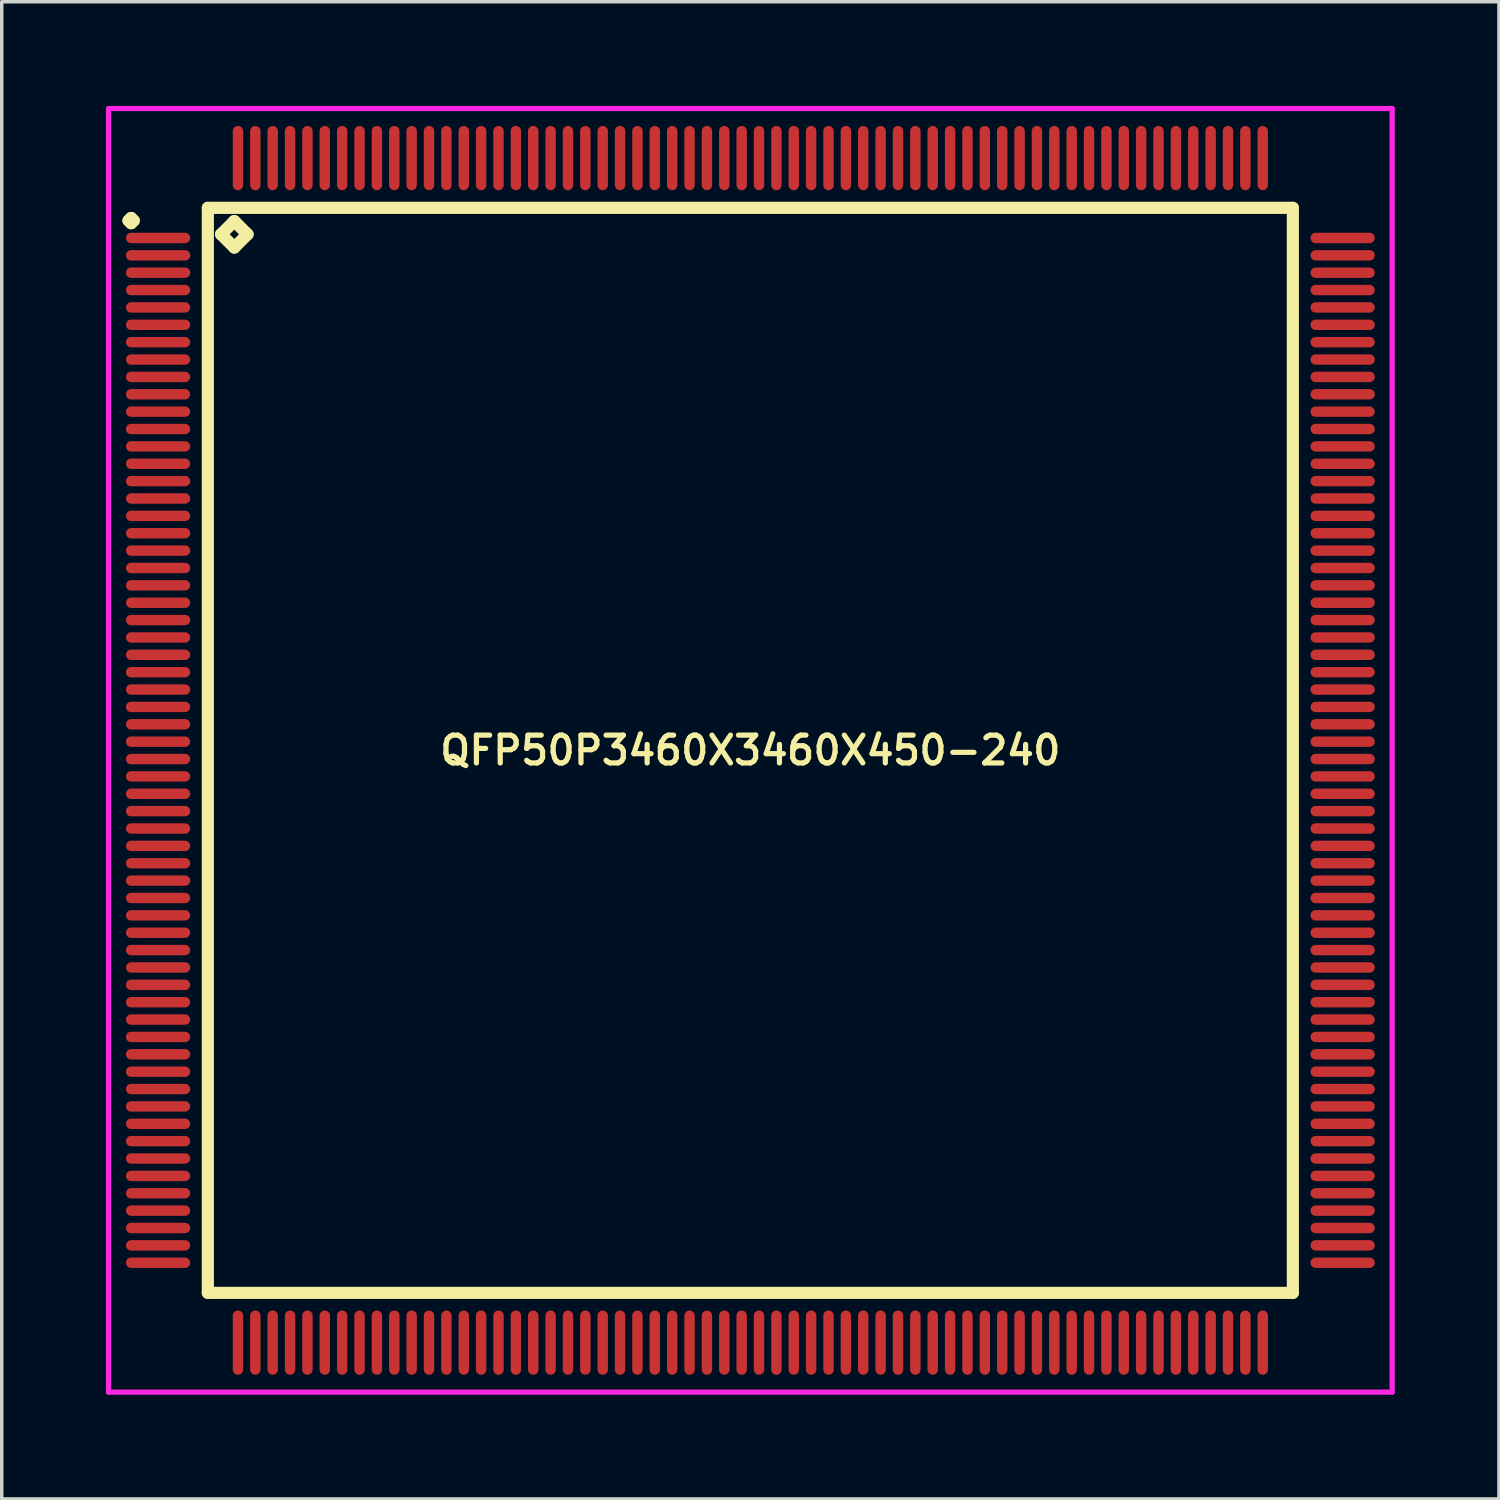
<source format=kicad_pcb>
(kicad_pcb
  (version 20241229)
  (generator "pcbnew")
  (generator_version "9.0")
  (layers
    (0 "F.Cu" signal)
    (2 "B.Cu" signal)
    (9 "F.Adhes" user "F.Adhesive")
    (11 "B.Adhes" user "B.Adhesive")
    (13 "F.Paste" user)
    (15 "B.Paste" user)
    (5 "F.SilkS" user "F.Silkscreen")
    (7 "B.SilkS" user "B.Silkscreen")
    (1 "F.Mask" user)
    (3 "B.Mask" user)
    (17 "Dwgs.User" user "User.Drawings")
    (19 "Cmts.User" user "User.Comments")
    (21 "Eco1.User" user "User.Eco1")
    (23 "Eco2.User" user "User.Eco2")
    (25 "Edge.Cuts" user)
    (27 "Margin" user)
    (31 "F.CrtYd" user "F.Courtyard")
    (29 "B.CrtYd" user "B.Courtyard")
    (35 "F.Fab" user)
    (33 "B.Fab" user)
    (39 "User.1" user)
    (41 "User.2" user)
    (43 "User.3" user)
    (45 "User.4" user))
  (footprint "QFP50P3460X3460X450-240"
    (layer "F.Cu")
    (at 18.55 18.55)
    (property "Reference" "QFP50P3460X3460X450-240" (at 0 0 0) (layer "F.SilkS") (effects (font (size 0.8 0.8) (thickness 0.15))))
    (attr smd)
    (fp_line (start -17.9 -15.25) (end -17.825 -15.325) (stroke (width 0.35) (type solid)) (layer "F.SilkS"))
    (fp_line (start -17.825 -15.325) (end -17.75 -15.25) (stroke (width 0.35) (type solid)) (layer "F.SilkS"))
    (fp_line (start -17.825 -15.175) (end -17.9 -15.25) (stroke (width 0.35) (type solid)) (layer "F.SilkS"))
    (fp_line (start -17.75 -15.25) (end -17.825 -15.175) (stroke (width 0.35) (type solid)) (layer "F.SilkS"))
    (fp_line (start -15.617 -15.617) (end -15.617 15.617) (stroke (width 0.35) (type solid)) (layer "F.SilkS"))
    (fp_line (start -15.617 15.617) (end 15.617 15.617) (stroke (width 0.35) (type solid)) (layer "F.SilkS"))
    (fp_line (start -15.236 -14.855) (end -14.855 -15.236) (stroke (width 0.35) (type solid)) (layer "F.SilkS"))
    (fp_line (start -14.855 -15.236) (end -14.474 -14.855) (stroke (width 0.35) (type solid)) (layer "F.SilkS"))
    (fp_line (start -14.855 -14.474) (end -15.236 -14.855) (stroke (width 0.35) (type solid)) (layer "F.SilkS"))
    (fp_line (start -14.474 -14.855) (end -14.855 -14.474) (stroke (width 0.35) (type solid)) (layer "F.SilkS"))
    (fp_line (start 15.617 -15.617) (end -15.617 -15.617) (stroke (width 0.35) (type solid)) (layer "F.SilkS"))
    (fp_line (start 15.617 15.617) (end 15.617 -15.617) (stroke (width 0.35) (type solid)) (layer "F.SilkS"))
    (fp_line (start -18.475 -18.475) (end 18.475 -18.475) (stroke (width 0.15) (type solid)) (layer "F.CrtYd"))
    (fp_line (start -18.475 18.475) (end -18.475 -18.475) (stroke (width 0.15) (type solid)) (layer "F.CrtYd"))
    (fp_line (start 18.475 -18.475) (end 18.475 18.475) (stroke (width 0.15) (type solid)) (layer "F.CrtYd"))
    (fp_line (start 18.475 18.475) (end -18.475 18.475) (stroke (width 0.15) (type solid)) (layer "F.CrtYd"))
    (pad "1" smd oval (at -17.05 -14.75) (size 1.85 0.3) (layers "F.Cu" "F.Mask" "F.Paste"))
    (pad "2" smd oval (at -17.05 -14.25) (size 1.85 0.3) (layers "F.Cu" "F.Mask" "F.Paste"))
    (pad "3" smd oval (at -17.05 -13.75) (size 1.85 0.3) (layers "F.Cu" "F.Mask" "F.Paste"))
    (pad "4" smd oval (at -17.05 -13.25) (size 1.85 0.3) (layers "F.Cu" "F.Mask" "F.Paste"))
    (pad "5" smd oval (at -17.05 -12.75) (size 1.85 0.3) (layers "F.Cu" "F.Mask" "F.Paste"))
    (pad "6" smd oval (at -17.05 -12.25) (size 1.85 0.3) (layers "F.Cu" "F.Mask" "F.Paste"))
    (pad "7" smd oval (at -17.05 -11.75) (size 1.85 0.3) (layers "F.Cu" "F.Mask" "F.Paste"))
    (pad "8" smd oval (at -17.05 -11.25) (size 1.85 0.3) (layers "F.Cu" "F.Mask" "F.Paste"))
    (pad "9" smd oval (at -17.05 -10.75) (size 1.85 0.3) (layers "F.Cu" "F.Mask" "F.Paste"))
    (pad "10" smd oval (at -17.05 -10.25) (size 1.85 0.3) (layers "F.Cu" "F.Mask" "F.Paste"))
    (pad "11" smd oval (at -17.05 -9.75) (size 1.85 0.3) (layers "F.Cu" "F.Mask" "F.Paste"))
    (pad "12" smd oval (at -17.05 -9.25) (size 1.85 0.3) (layers "F.Cu" "F.Mask" "F.Paste"))
    (pad "13" smd oval (at -17.05 -8.75) (size 1.85 0.3) (layers "F.Cu" "F.Mask" "F.Paste"))
    (pad "14" smd oval (at -17.05 -8.25) (size 1.85 0.3) (layers "F.Cu" "F.Mask" "F.Paste"))
    (pad "15" smd oval (at -17.05 -7.75) (size 1.85 0.3) (layers "F.Cu" "F.Mask" "F.Paste"))
    (pad "16" smd oval (at -17.05 -7.25) (size 1.85 0.3) (layers "F.Cu" "F.Mask" "F.Paste"))
    (pad "17" smd oval (at -17.05 -6.75) (size 1.85 0.3) (layers "F.Cu" "F.Mask" "F.Paste"))
    (pad "18" smd oval (at -17.05 -6.25) (size 1.85 0.3) (layers "F.Cu" "F.Mask" "F.Paste"))
    (pad "19" smd oval (at -17.05 -5.75) (size 1.85 0.3) (layers "F.Cu" "F.Mask" "F.Paste"))
    (pad "20" smd oval (at -17.05 -5.25) (size 1.85 0.3) (layers "F.Cu" "F.Mask" "F.Paste"))
    (pad "21" smd oval (at -17.05 -4.75) (size 1.85 0.3) (layers "F.Cu" "F.Mask" "F.Paste"))
    (pad "22" smd oval (at -17.05 -4.25) (size 1.85 0.3) (layers "F.Cu" "F.Mask" "F.Paste"))
    (pad "23" smd oval (at -17.05 -3.75) (size 1.85 0.3) (layers "F.Cu" "F.Mask" "F.Paste"))
    (pad "24" smd oval (at -17.05 -3.25) (size 1.85 0.3) (layers "F.Cu" "F.Mask" "F.Paste"))
    (pad "25" smd oval (at -17.05 -2.75) (size 1.85 0.3) (layers "F.Cu" "F.Mask" "F.Paste"))
    (pad "26" smd oval (at -17.05 -2.25) (size 1.85 0.3) (layers "F.Cu" "F.Mask" "F.Paste"))
    (pad "27" smd oval (at -17.05 -1.75) (size 1.85 0.3) (layers "F.Cu" "F.Mask" "F.Paste"))
    (pad "28" smd oval (at -17.05 -1.25) (size 1.85 0.3) (layers "F.Cu" "F.Mask" "F.Paste"))
    (pad "29" smd oval (at -17.05 -0.75) (size 1.85 0.3) (layers "F.Cu" "F.Mask" "F.Paste"))
    (pad "30" smd oval (at -17.05 -0.25) (size 1.85 0.3) (layers "F.Cu" "F.Mask" "F.Paste"))
    (pad "31" smd oval (at -17.05 0.25) (size 1.85 0.3) (layers "F.Cu" "F.Mask" "F.Paste"))
    (pad "32" smd oval (at -17.05 0.75) (size 1.85 0.3) (layers "F.Cu" "F.Mask" "F.Paste"))
    (pad "33" smd oval (at -17.05 1.25) (size 1.85 0.3) (layers "F.Cu" "F.Mask" "F.Paste"))
    (pad "34" smd oval (at -17.05 1.75) (size 1.85 0.3) (layers "F.Cu" "F.Mask" "F.Paste"))
    (pad "35" smd oval (at -17.05 2.25) (size 1.85 0.3) (layers "F.Cu" "F.Mask" "F.Paste"))
    (pad "36" smd oval (at -17.05 2.75) (size 1.85 0.3) (layers "F.Cu" "F.Mask" "F.Paste"))
    (pad "37" smd oval (at -17.05 3.25) (size 1.85 0.3) (layers "F.Cu" "F.Mask" "F.Paste"))
    (pad "38" smd oval (at -17.05 3.75) (size 1.85 0.3) (layers "F.Cu" "F.Mask" "F.Paste"))
    (pad "39" smd oval (at -17.05 4.25) (size 1.85 0.3) (layers "F.Cu" "F.Mask" "F.Paste"))
    (pad "40" smd oval (at -17.05 4.75) (size 1.85 0.3) (layers "F.Cu" "F.Mask" "F.Paste"))
    (pad "41" smd oval (at -17.05 5.25) (size 1.85 0.3) (layers "F.Cu" "F.Mask" "F.Paste"))
    (pad "42" smd oval (at -17.05 5.75) (size 1.85 0.3) (layers "F.Cu" "F.Mask" "F.Paste"))
    (pad "43" smd oval (at -17.05 6.25) (size 1.85 0.3) (layers "F.Cu" "F.Mask" "F.Paste"))
    (pad "44" smd oval (at -17.05 6.75) (size 1.85 0.3) (layers "F.Cu" "F.Mask" "F.Paste"))
    (pad "45" smd oval (at -17.05 7.25) (size 1.85 0.3) (layers "F.Cu" "F.Mask" "F.Paste"))
    (pad "46" smd oval (at -17.05 7.75) (size 1.85 0.3) (layers "F.Cu" "F.Mask" "F.Paste"))
    (pad "47" smd oval (at -17.05 8.25) (size 1.85 0.3) (layers "F.Cu" "F.Mask" "F.Paste"))
    (pad "48" smd oval (at -17.05 8.75) (size 1.85 0.3) (layers "F.Cu" "F.Mask" "F.Paste"))
    (pad "49" smd oval (at -17.05 9.25) (size 1.85 0.3) (layers "F.Cu" "F.Mask" "F.Paste"))
    (pad "50" smd oval (at -17.05 9.75) (size 1.85 0.3) (layers "F.Cu" "F.Mask" "F.Paste"))
    (pad "51" smd oval (at -17.05 10.25) (size 1.85 0.3) (layers "F.Cu" "F.Mask" "F.Paste"))
    (pad "52" smd oval (at -17.05 10.75) (size 1.85 0.3) (layers "F.Cu" "F.Mask" "F.Paste"))
    (pad "53" smd oval (at -17.05 11.25) (size 1.85 0.3) (layers "F.Cu" "F.Mask" "F.Paste"))
    (pad "54" smd oval (at -17.05 11.75) (size 1.85 0.3) (layers "F.Cu" "F.Mask" "F.Paste"))
    (pad "55" smd oval (at -17.05 12.25) (size 1.85 0.3) (layers "F.Cu" "F.Mask" "F.Paste"))
    (pad "56" smd oval (at -17.05 12.75) (size 1.85 0.3) (layers "F.Cu" "F.Mask" "F.Paste"))
    (pad "57" smd oval (at -17.05 13.25) (size 1.85 0.3) (layers "F.Cu" "F.Mask" "F.Paste"))
    (pad "58" smd oval (at -17.05 13.75) (size 1.85 0.3) (layers "F.Cu" "F.Mask" "F.Paste"))
    (pad "59" smd oval (at -17.05 14.25) (size 1.85 0.3) (layers "F.Cu" "F.Mask" "F.Paste"))
    (pad "60" smd oval (at -17.05 14.75) (size 1.85 0.3) (layers "F.Cu" "F.Mask" "F.Paste"))
    (pad "61" smd oval (at -14.75 17.05) (size 0.3 1.85) (layers "F.Cu" "F.Mask" "F.Paste"))
    (pad "62" smd oval (at -14.25 17.05) (size 0.3 1.85) (layers "F.Cu" "F.Mask" "F.Paste"))
    (pad "63" smd oval (at -13.75 17.05) (size 0.3 1.85) (layers "F.Cu" "F.Mask" "F.Paste"))
    (pad "64" smd oval (at -13.25 17.05) (size 0.3 1.85) (layers "F.Cu" "F.Mask" "F.Paste"))
    (pad "65" smd oval (at -12.75 17.05) (size 0.3 1.85) (layers "F.Cu" "F.Mask" "F.Paste"))
    (pad "66" smd oval (at -12.25 17.05) (size 0.3 1.85) (layers "F.Cu" "F.Mask" "F.Paste"))
    (pad "67" smd oval (at -11.75 17.05) (size 0.3 1.85) (layers "F.Cu" "F.Mask" "F.Paste"))
    (pad "68" smd oval (at -11.25 17.05) (size 0.3 1.85) (layers "F.Cu" "F.Mask" "F.Paste"))
    (pad "69" smd oval (at -10.75 17.05) (size 0.3 1.85) (layers "F.Cu" "F.Mask" "F.Paste"))
    (pad "70" smd oval (at -10.25 17.05) (size 0.3 1.85) (layers "F.Cu" "F.Mask" "F.Paste"))
    (pad "71" smd oval (at -9.75 17.05) (size 0.3 1.85) (layers "F.Cu" "F.Mask" "F.Paste"))
    (pad "72" smd oval (at -9.25 17.05) (size 0.3 1.85) (layers "F.Cu" "F.Mask" "F.Paste"))
    (pad "73" smd oval (at -8.75 17.05) (size 0.3 1.85) (layers "F.Cu" "F.Mask" "F.Paste"))
    (pad "74" smd oval (at -8.25 17.05) (size 0.3 1.85) (layers "F.Cu" "F.Mask" "F.Paste"))
    (pad "75" smd oval (at -7.75 17.05) (size 0.3 1.85) (layers "F.Cu" "F.Mask" "F.Paste"))
    (pad "76" smd oval (at -7.25 17.05) (size 0.3 1.85) (layers "F.Cu" "F.Mask" "F.Paste"))
    (pad "77" smd oval (at -6.75 17.05) (size 0.3 1.85) (layers "F.Cu" "F.Mask" "F.Paste"))
    (pad "78" smd oval (at -6.25 17.05) (size 0.3 1.85) (layers "F.Cu" "F.Mask" "F.Paste"))
    (pad "79" smd oval (at -5.75 17.05) (size 0.3 1.85) (layers "F.Cu" "F.Mask" "F.Paste"))
    (pad "80" smd oval (at -5.25 17.05) (size 0.3 1.85) (layers "F.Cu" "F.Mask" "F.Paste"))
    (pad "81" smd oval (at -4.75 17.05) (size 0.3 1.85) (layers "F.Cu" "F.Mask" "F.Paste"))
    (pad "82" smd oval (at -4.25 17.05) (size 0.3 1.85) (layers "F.Cu" "F.Mask" "F.Paste"))
    (pad "83" smd oval (at -3.75 17.05) (size 0.3 1.85) (layers "F.Cu" "F.Mask" "F.Paste"))
    (pad "84" smd oval (at -3.25 17.05) (size 0.3 1.85) (layers "F.Cu" "F.Mask" "F.Paste"))
    (pad "85" smd oval (at -2.75 17.05) (size 0.3 1.85) (layers "F.Cu" "F.Mask" "F.Paste"))
    (pad "86" smd oval (at -2.25 17.05) (size 0.3 1.85) (layers "F.Cu" "F.Mask" "F.Paste"))
    (pad "87" smd oval (at -1.75 17.05) (size 0.3 1.85) (layers "F.Cu" "F.Mask" "F.Paste"))
    (pad "88" smd oval (at -1.25 17.05) (size 0.3 1.85) (layers "F.Cu" "F.Mask" "F.Paste"))
    (pad "89" smd oval (at -0.75 17.05) (size 0.3 1.85) (layers "F.Cu" "F.Mask" "F.Paste"))
    (pad "90" smd oval (at -0.25 17.05) (size 0.3 1.85) (layers "F.Cu" "F.Mask" "F.Paste"))
    (pad "91" smd oval (at 0.25 17.05) (size 0.3 1.85) (layers "F.Cu" "F.Mask" "F.Paste"))
    (pad "92" smd oval (at 0.75 17.05) (size 0.3 1.85) (layers "F.Cu" "F.Mask" "F.Paste"))
    (pad "93" smd oval (at 1.25 17.05) (size 0.3 1.85) (layers "F.Cu" "F.Mask" "F.Paste"))
    (pad "94" smd oval (at 1.75 17.05) (size 0.3 1.85) (layers "F.Cu" "F.Mask" "F.Paste"))
    (pad "95" smd oval (at 2.25 17.05) (size 0.3 1.85) (layers "F.Cu" "F.Mask" "F.Paste"))
    (pad "96" smd oval (at 2.75 17.05) (size 0.3 1.85) (layers "F.Cu" "F.Mask" "F.Paste"))
    (pad "97" smd oval (at 3.25 17.05) (size 0.3 1.85) (layers "F.Cu" "F.Mask" "F.Paste"))
    (pad "98" smd oval (at 3.75 17.05) (size 0.3 1.85) (layers "F.Cu" "F.Mask" "F.Paste"))
    (pad "99" smd oval (at 4.25 17.05) (size 0.3 1.85) (layers "F.Cu" "F.Mask" "F.Paste"))
    (pad "100" smd oval (at 4.75 17.05) (size 0.3 1.85) (layers "F.Cu" "F.Mask" "F.Paste"))
    (pad "101" smd oval (at 5.25 17.05) (size 0.3 1.85) (layers "F.Cu" "F.Mask" "F.Paste"))
    (pad "102" smd oval (at 5.75 17.05) (size 0.3 1.85) (layers "F.Cu" "F.Mask" "F.Paste"))
    (pad "103" smd oval (at 6.25 17.05) (size 0.3 1.85) (layers "F.Cu" "F.Mask" "F.Paste"))
    (pad "104" smd oval (at 6.75 17.05) (size 0.3 1.85) (layers "F.Cu" "F.Mask" "F.Paste"))
    (pad "105" smd oval (at 7.25 17.05) (size 0.3 1.85) (layers "F.Cu" "F.Mask" "F.Paste"))
    (pad "106" smd oval (at 7.75 17.05) (size 0.3 1.85) (layers "F.Cu" "F.Mask" "F.Paste"))
    (pad "107" smd oval (at 8.25 17.05) (size 0.3 1.85) (layers "F.Cu" "F.Mask" "F.Paste"))
    (pad "108" smd oval (at 8.75 17.05) (size 0.3 1.85) (layers "F.Cu" "F.Mask" "F.Paste"))
    (pad "109" smd oval (at 9.25 17.05) (size 0.3 1.85) (layers "F.Cu" "F.Mask" "F.Paste"))
    (pad "110" smd oval (at 9.75 17.05) (size 0.3 1.85) (layers "F.Cu" "F.Mask" "F.Paste"))
    (pad "111" smd oval (at 10.25 17.05) (size 0.3 1.85) (layers "F.Cu" "F.Mask" "F.Paste"))
    (pad "112" smd oval (at 10.75 17.05) (size 0.3 1.85) (layers "F.Cu" "F.Mask" "F.Paste"))
    (pad "113" smd oval (at 11.25 17.05) (size 0.3 1.85) (layers "F.Cu" "F.Mask" "F.Paste"))
    (pad "114" smd oval (at 11.75 17.05) (size 0.3 1.85) (layers "F.Cu" "F.Mask" "F.Paste"))
    (pad "115" smd oval (at 12.25 17.05) (size 0.3 1.85) (layers "F.Cu" "F.Mask" "F.Paste"))
    (pad "116" smd oval (at 12.75 17.05) (size 0.3 1.85) (layers "F.Cu" "F.Mask" "F.Paste"))
    (pad "117" smd oval (at 13.25 17.05) (size 0.3 1.85) (layers "F.Cu" "F.Mask" "F.Paste"))
    (pad "118" smd oval (at 13.75 17.05) (size 0.3 1.85) (layers "F.Cu" "F.Mask" "F.Paste"))
    (pad "119" smd oval (at 14.25 17.05) (size 0.3 1.85) (layers "F.Cu" "F.Mask" "F.Paste"))
    (pad "120" smd oval (at 14.75 17.05) (size 0.3 1.85) (layers "F.Cu" "F.Mask" "F.Paste"))
    (pad "121" smd oval (at 17.05 14.75) (size 1.85 0.3) (layers "F.Cu" "F.Mask" "F.Paste"))
    (pad "122" smd oval (at 17.05 14.25) (size 1.85 0.3) (layers "F.Cu" "F.Mask" "F.Paste"))
    (pad "123" smd oval (at 17.05 13.75) (size 1.85 0.3) (layers "F.Cu" "F.Mask" "F.Paste"))
    (pad "124" smd oval (at 17.05 13.25) (size 1.85 0.3) (layers "F.Cu" "F.Mask" "F.Paste"))
    (pad "125" smd oval (at 17.05 12.75) (size 1.85 0.3) (layers "F.Cu" "F.Mask" "F.Paste"))
    (pad "126" smd oval (at 17.05 12.25) (size 1.85 0.3) (layers "F.Cu" "F.Mask" "F.Paste"))
    (pad "127" smd oval (at 17.05 11.75) (size 1.85 0.3) (layers "F.Cu" "F.Mask" "F.Paste"))
    (pad "128" smd oval (at 17.05 11.25) (size 1.85 0.3) (layers "F.Cu" "F.Mask" "F.Paste"))
    (pad "129" smd oval (at 17.05 10.75) (size 1.85 0.3) (layers "F.Cu" "F.Mask" "F.Paste"))
    (pad "130" smd oval (at 17.05 10.25) (size 1.85 0.3) (layers "F.Cu" "F.Mask" "F.Paste"))
    (pad "131" smd oval (at 17.05 9.75) (size 1.85 0.3) (layers "F.Cu" "F.Mask" "F.Paste"))
    (pad "132" smd oval (at 17.05 9.25) (size 1.85 0.3) (layers "F.Cu" "F.Mask" "F.Paste"))
    (pad "133" smd oval (at 17.05 8.75) (size 1.85 0.3) (layers "F.Cu" "F.Mask" "F.Paste"))
    (pad "134" smd oval (at 17.05 8.25) (size 1.85 0.3) (layers "F.Cu" "F.Mask" "F.Paste"))
    (pad "135" smd oval (at 17.05 7.75) (size 1.85 0.3) (layers "F.Cu" "F.Mask" "F.Paste"))
    (pad "136" smd oval (at 17.05 7.25) (size 1.85 0.3) (layers "F.Cu" "F.Mask" "F.Paste"))
    (pad "137" smd oval (at 17.05 6.75) (size 1.85 0.3) (layers "F.Cu" "F.Mask" "F.Paste"))
    (pad "138" smd oval (at 17.05 6.25) (size 1.85 0.3) (layers "F.Cu" "F.Mask" "F.Paste"))
    (pad "139" smd oval (at 17.05 5.75) (size 1.85 0.3) (layers "F.Cu" "F.Mask" "F.Paste"))
    (pad "140" smd oval (at 17.05 5.25) (size 1.85 0.3) (layers "F.Cu" "F.Mask" "F.Paste"))
    (pad "141" smd oval (at 17.05 4.75) (size 1.85 0.3) (layers "F.Cu" "F.Mask" "F.Paste"))
    (pad "142" smd oval (at 17.05 4.25) (size 1.85 0.3) (layers "F.Cu" "F.Mask" "F.Paste"))
    (pad "143" smd oval (at 17.05 3.75) (size 1.85 0.3) (layers "F.Cu" "F.Mask" "F.Paste"))
    (pad "144" smd oval (at 17.05 3.25) (size 1.85 0.3) (layers "F.Cu" "F.Mask" "F.Paste"))
    (pad "145" smd oval (at 17.05 2.75) (size 1.85 0.3) (layers "F.Cu" "F.Mask" "F.Paste"))
    (pad "146" smd oval (at 17.05 2.25) (size 1.85 0.3) (layers "F.Cu" "F.Mask" "F.Paste"))
    (pad "147" smd oval (at 17.05 1.75) (size 1.85 0.3) (layers "F.Cu" "F.Mask" "F.Paste"))
    (pad "148" smd oval (at 17.05 1.25) (size 1.85 0.3) (layers "F.Cu" "F.Mask" "F.Paste"))
    (pad "149" smd oval (at 17.05 0.75) (size 1.85 0.3) (layers "F.Cu" "F.Mask" "F.Paste"))
    (pad "150" smd oval (at 17.05 0.25) (size 1.85 0.3) (layers "F.Cu" "F.Mask" "F.Paste"))
    (pad "151" smd oval (at 17.05 -0.25) (size 1.85 0.3) (layers "F.Cu" "F.Mask" "F.Paste"))
    (pad "152" smd oval (at 17.05 -0.75) (size 1.85 0.3) (layers "F.Cu" "F.Mask" "F.Paste"))
    (pad "153" smd oval (at 17.05 -1.25) (size 1.85 0.3) (layers "F.Cu" "F.Mask" "F.Paste"))
    (pad "154" smd oval (at 17.05 -1.75) (size 1.85 0.3) (layers "F.Cu" "F.Mask" "F.Paste"))
    (pad "155" smd oval (at 17.05 -2.25) (size 1.85 0.3) (layers "F.Cu" "F.Mask" "F.Paste"))
    (pad "156" smd oval (at 17.05 -2.75) (size 1.85 0.3) (layers "F.Cu" "F.Mask" "F.Paste"))
    (pad "157" smd oval (at 17.05 -3.25) (size 1.85 0.3) (layers "F.Cu" "F.Mask" "F.Paste"))
    (pad "158" smd oval (at 17.05 -3.75) (size 1.85 0.3) (layers "F.Cu" "F.Mask" "F.Paste"))
    (pad "159" smd oval (at 17.05 -4.25) (size 1.85 0.3) (layers "F.Cu" "F.Mask" "F.Paste"))
    (pad "160" smd oval (at 17.05 -4.75) (size 1.85 0.3) (layers "F.Cu" "F.Mask" "F.Paste"))
    (pad "161" smd oval (at 17.05 -5.25) (size 1.85 0.3) (layers "F.Cu" "F.Mask" "F.Paste"))
    (pad "162" smd oval (at 17.05 -5.75) (size 1.85 0.3) (layers "F.Cu" "F.Mask" "F.Paste"))
    (pad "163" smd oval (at 17.05 -6.25) (size 1.85 0.3) (layers "F.Cu" "F.Mask" "F.Paste"))
    (pad "164" smd oval (at 17.05 -6.75) (size 1.85 0.3) (layers "F.Cu" "F.Mask" "F.Paste"))
    (pad "165" smd oval (at 17.05 -7.25) (size 1.85 0.3) (layers "F.Cu" "F.Mask" "F.Paste"))
    (pad "166" smd oval (at 17.05 -7.75) (size 1.85 0.3) (layers "F.Cu" "F.Mask" "F.Paste"))
    (pad "167" smd oval (at 17.05 -8.25) (size 1.85 0.3) (layers "F.Cu" "F.Mask" "F.Paste"))
    (pad "168" smd oval (at 17.05 -8.75) (size 1.85 0.3) (layers "F.Cu" "F.Mask" "F.Paste"))
    (pad "169" smd oval (at 17.05 -9.25) (size 1.85 0.3) (layers "F.Cu" "F.Mask" "F.Paste"))
    (pad "170" smd oval (at 17.05 -9.75) (size 1.85 0.3) (layers "F.Cu" "F.Mask" "F.Paste"))
    (pad "171" smd oval (at 17.05 -10.25) (size 1.85 0.3) (layers "F.Cu" "F.Mask" "F.Paste"))
    (pad "172" smd oval (at 17.05 -10.75) (size 1.85 0.3) (layers "F.Cu" "F.Mask" "F.Paste"))
    (pad "173" smd oval (at 17.05 -11.25) (size 1.85 0.3) (layers "F.Cu" "F.Mask" "F.Paste"))
    (pad "174" smd oval (at 17.05 -11.75) (size 1.85 0.3) (layers "F.Cu" "F.Mask" "F.Paste"))
    (pad "175" smd oval (at 17.05 -12.25) (size 1.85 0.3) (layers "F.Cu" "F.Mask" "F.Paste"))
    (pad "176" smd oval (at 17.05 -12.75) (size 1.85 0.3) (layers "F.Cu" "F.Mask" "F.Paste"))
    (pad "177" smd oval (at 17.05 -13.25) (size 1.85 0.3) (layers "F.Cu" "F.Mask" "F.Paste"))
    (pad "178" smd oval (at 17.05 -13.75) (size 1.85 0.3) (layers "F.Cu" "F.Mask" "F.Paste"))
    (pad "179" smd oval (at 17.05 -14.25) (size 1.85 0.3) (layers "F.Cu" "F.Mask" "F.Paste"))
    (pad "180" smd oval (at 17.05 -14.75) (size 1.85 0.3) (layers "F.Cu" "F.Mask" "F.Paste"))
    (pad "181" smd oval (at 14.75 -17.05) (size 0.3 1.85) (layers "F.Cu" "F.Mask" "F.Paste"))
    (pad "182" smd oval (at 14.25 -17.05) (size 0.3 1.85) (layers "F.Cu" "F.Mask" "F.Paste"))
    (pad "183" smd oval (at 13.75 -17.05) (size 0.3 1.85) (layers "F.Cu" "F.Mask" "F.Paste"))
    (pad "184" smd oval (at 13.25 -17.05) (size 0.3 1.85) (layers "F.Cu" "F.Mask" "F.Paste"))
    (pad "185" smd oval (at 12.75 -17.05) (size 0.3 1.85) (layers "F.Cu" "F.Mask" "F.Paste"))
    (pad "186" smd oval (at 12.25 -17.05) (size 0.3 1.85) (layers "F.Cu" "F.Mask" "F.Paste"))
    (pad "187" smd oval (at 11.75 -17.05) (size 0.3 1.85) (layers "F.Cu" "F.Mask" "F.Paste"))
    (pad "188" smd oval (at 11.25 -17.05) (size 0.3 1.85) (layers "F.Cu" "F.Mask" "F.Paste"))
    (pad "189" smd oval (at 10.75 -17.05) (size 0.3 1.85) (layers "F.Cu" "F.Mask" "F.Paste"))
    (pad "190" smd oval (at 10.25 -17.05) (size 0.3 1.85) (layers "F.Cu" "F.Mask" "F.Paste"))
    (pad "191" smd oval (at 9.75 -17.05) (size 0.3 1.85) (layers "F.Cu" "F.Mask" "F.Paste"))
    (pad "192" smd oval (at 9.25 -17.05) (size 0.3 1.85) (layers "F.Cu" "F.Mask" "F.Paste"))
    (pad "193" smd oval (at 8.75 -17.05) (size 0.3 1.85) (layers "F.Cu" "F.Mask" "F.Paste"))
    (pad "194" smd oval (at 8.25 -17.05) (size 0.3 1.85) (layers "F.Cu" "F.Mask" "F.Paste"))
    (pad "195" smd oval (at 7.75 -17.05) (size 0.3 1.85) (layers "F.Cu" "F.Mask" "F.Paste"))
    (pad "196" smd oval (at 7.25 -17.05) (size 0.3 1.85) (layers "F.Cu" "F.Mask" "F.Paste"))
    (pad "197" smd oval (at 6.75 -17.05) (size 0.3 1.85) (layers "F.Cu" "F.Mask" "F.Paste"))
    (pad "198" smd oval (at 6.25 -17.05) (size 0.3 1.85) (layers "F.Cu" "F.Mask" "F.Paste"))
    (pad "199" smd oval (at 5.75 -17.05) (size 0.3 1.85) (layers "F.Cu" "F.Mask" "F.Paste"))
    (pad "200" smd oval (at 5.25 -17.05) (size 0.3 1.85) (layers "F.Cu" "F.Mask" "F.Paste"))
    (pad "201" smd oval (at 4.75 -17.05) (size 0.3 1.85) (layers "F.Cu" "F.Mask" "F.Paste"))
    (pad "202" smd oval (at 4.25 -17.05) (size 0.3 1.85) (layers "F.Cu" "F.Mask" "F.Paste"))
    (pad "203" smd oval (at 3.75 -17.05) (size 0.3 1.85) (layers "F.Cu" "F.Mask" "F.Paste"))
    (pad "204" smd oval (at 3.25 -17.05) (size 0.3 1.85) (layers "F.Cu" "F.Mask" "F.Paste"))
    (pad "205" smd oval (at 2.75 -17.05) (size 0.3 1.85) (layers "F.Cu" "F.Mask" "F.Paste"))
    (pad "206" smd oval (at 2.25 -17.05) (size 0.3 1.85) (layers "F.Cu" "F.Mask" "F.Paste"))
    (pad "207" smd oval (at 1.75 -17.05) (size 0.3 1.85) (layers "F.Cu" "F.Mask" "F.Paste"))
    (pad "208" smd oval (at 1.25 -17.05) (size 0.3 1.85) (layers "F.Cu" "F.Mask" "F.Paste"))
    (pad "209" smd oval (at 0.75 -17.05) (size 0.3 1.85) (layers "F.Cu" "F.Mask" "F.Paste"))
    (pad "210" smd oval (at 0.25 -17.05) (size 0.3 1.85) (layers "F.Cu" "F.Mask" "F.Paste"))
    (pad "211" smd oval (at -0.25 -17.05) (size 0.3 1.85) (layers "F.Cu" "F.Mask" "F.Paste"))
    (pad "212" smd oval (at -0.75 -17.05) (size 0.3 1.85) (layers "F.Cu" "F.Mask" "F.Paste"))
    (pad "213" smd oval (at -1.25 -17.05) (size 0.3 1.85) (layers "F.Cu" "F.Mask" "F.Paste"))
    (pad "214" smd oval (at -1.75 -17.05) (size 0.3 1.85) (layers "F.Cu" "F.Mask" "F.Paste"))
    (pad "215" smd oval (at -2.25 -17.05) (size 0.3 1.85) (layers "F.Cu" "F.Mask" "F.Paste"))
    (pad "216" smd oval (at -2.75 -17.05) (size 0.3 1.85) (layers "F.Cu" "F.Mask" "F.Paste"))
    (pad "217" smd oval (at -3.25 -17.05) (size 0.3 1.85) (layers "F.Cu" "F.Mask" "F.Paste"))
    (pad "218" smd oval (at -3.75 -17.05) (size 0.3 1.85) (layers "F.Cu" "F.Mask" "F.Paste"))
    (pad "219" smd oval (at -4.25 -17.05) (size 0.3 1.85) (layers "F.Cu" "F.Mask" "F.Paste"))
    (pad "220" smd oval (at -4.75 -17.05) (size 0.3 1.85) (layers "F.Cu" "F.Mask" "F.Paste"))
    (pad "221" smd oval (at -5.25 -17.05) (size 0.3 1.85) (layers "F.Cu" "F.Mask" "F.Paste"))
    (pad "222" smd oval (at -5.75 -17.05) (size 0.3 1.85) (layers "F.Cu" "F.Mask" "F.Paste"))
    (pad "223" smd oval (at -6.25 -17.05) (size 0.3 1.85) (layers "F.Cu" "F.Mask" "F.Paste"))
    (pad "224" smd oval (at -6.75 -17.05) (size 0.3 1.85) (layers "F.Cu" "F.Mask" "F.Paste"))
    (pad "225" smd oval (at -7.25 -17.05) (size 0.3 1.85) (layers "F.Cu" "F.Mask" "F.Paste"))
    (pad "226" smd oval (at -7.75 -17.05) (size 0.3 1.85) (layers "F.Cu" "F.Mask" "F.Paste"))
    (pad "227" smd oval (at -8.25 -17.05) (size 0.3 1.85) (layers "F.Cu" "F.Mask" "F.Paste"))
    (pad "228" smd oval (at -8.75 -17.05) (size 0.3 1.85) (layers "F.Cu" "F.Mask" "F.Paste"))
    (pad "229" smd oval (at -9.25 -17.05) (size 0.3 1.85) (layers "F.Cu" "F.Mask" "F.Paste"))
    (pad "230" smd oval (at -9.75 -17.05) (size 0.3 1.85) (layers "F.Cu" "F.Mask" "F.Paste"))
    (pad "231" smd oval (at -10.25 -17.05) (size 0.3 1.85) (layers "F.Cu" "F.Mask" "F.Paste"))
    (pad "232" smd oval (at -10.75 -17.05) (size 0.3 1.85) (layers "F.Cu" "F.Mask" "F.Paste"))
    (pad "233" smd oval (at -11.25 -17.05) (size 0.3 1.85) (layers "F.Cu" "F.Mask" "F.Paste"))
    (pad "234" smd oval (at -11.75 -17.05) (size 0.3 1.85) (layers "F.Cu" "F.Mask" "F.Paste"))
    (pad "235" smd oval (at -12.25 -17.05) (size 0.3 1.85) (layers "F.Cu" "F.Mask" "F.Paste"))
    (pad "236" smd oval (at -12.75 -17.05) (size 0.3 1.85) (layers "F.Cu" "F.Mask" "F.Paste"))
    (pad "237" smd oval (at -13.25 -17.05) (size 0.3 1.85) (layers "F.Cu" "F.Mask" "F.Paste"))
    (pad "238" smd oval (at -13.75 -17.05) (size 0.3 1.85) (layers "F.Cu" "F.Mask" "F.Paste"))
    (pad "239" smd oval (at -14.25 -17.05) (size 0.3 1.85) (layers "F.Cu" "F.Mask" "F.Paste"))
    (pad "240" smd oval (at -14.75 -17.05) (size 0.3 1.85) (layers "F.Cu" "F.Mask" "F.Paste")))
  (gr_rect
    (start -3 -3)
    (end 40.1 40.1)
    (stroke (width 0.1) (type default))
    (fill no)
    (layer "Edge.Cuts")))
</source>
